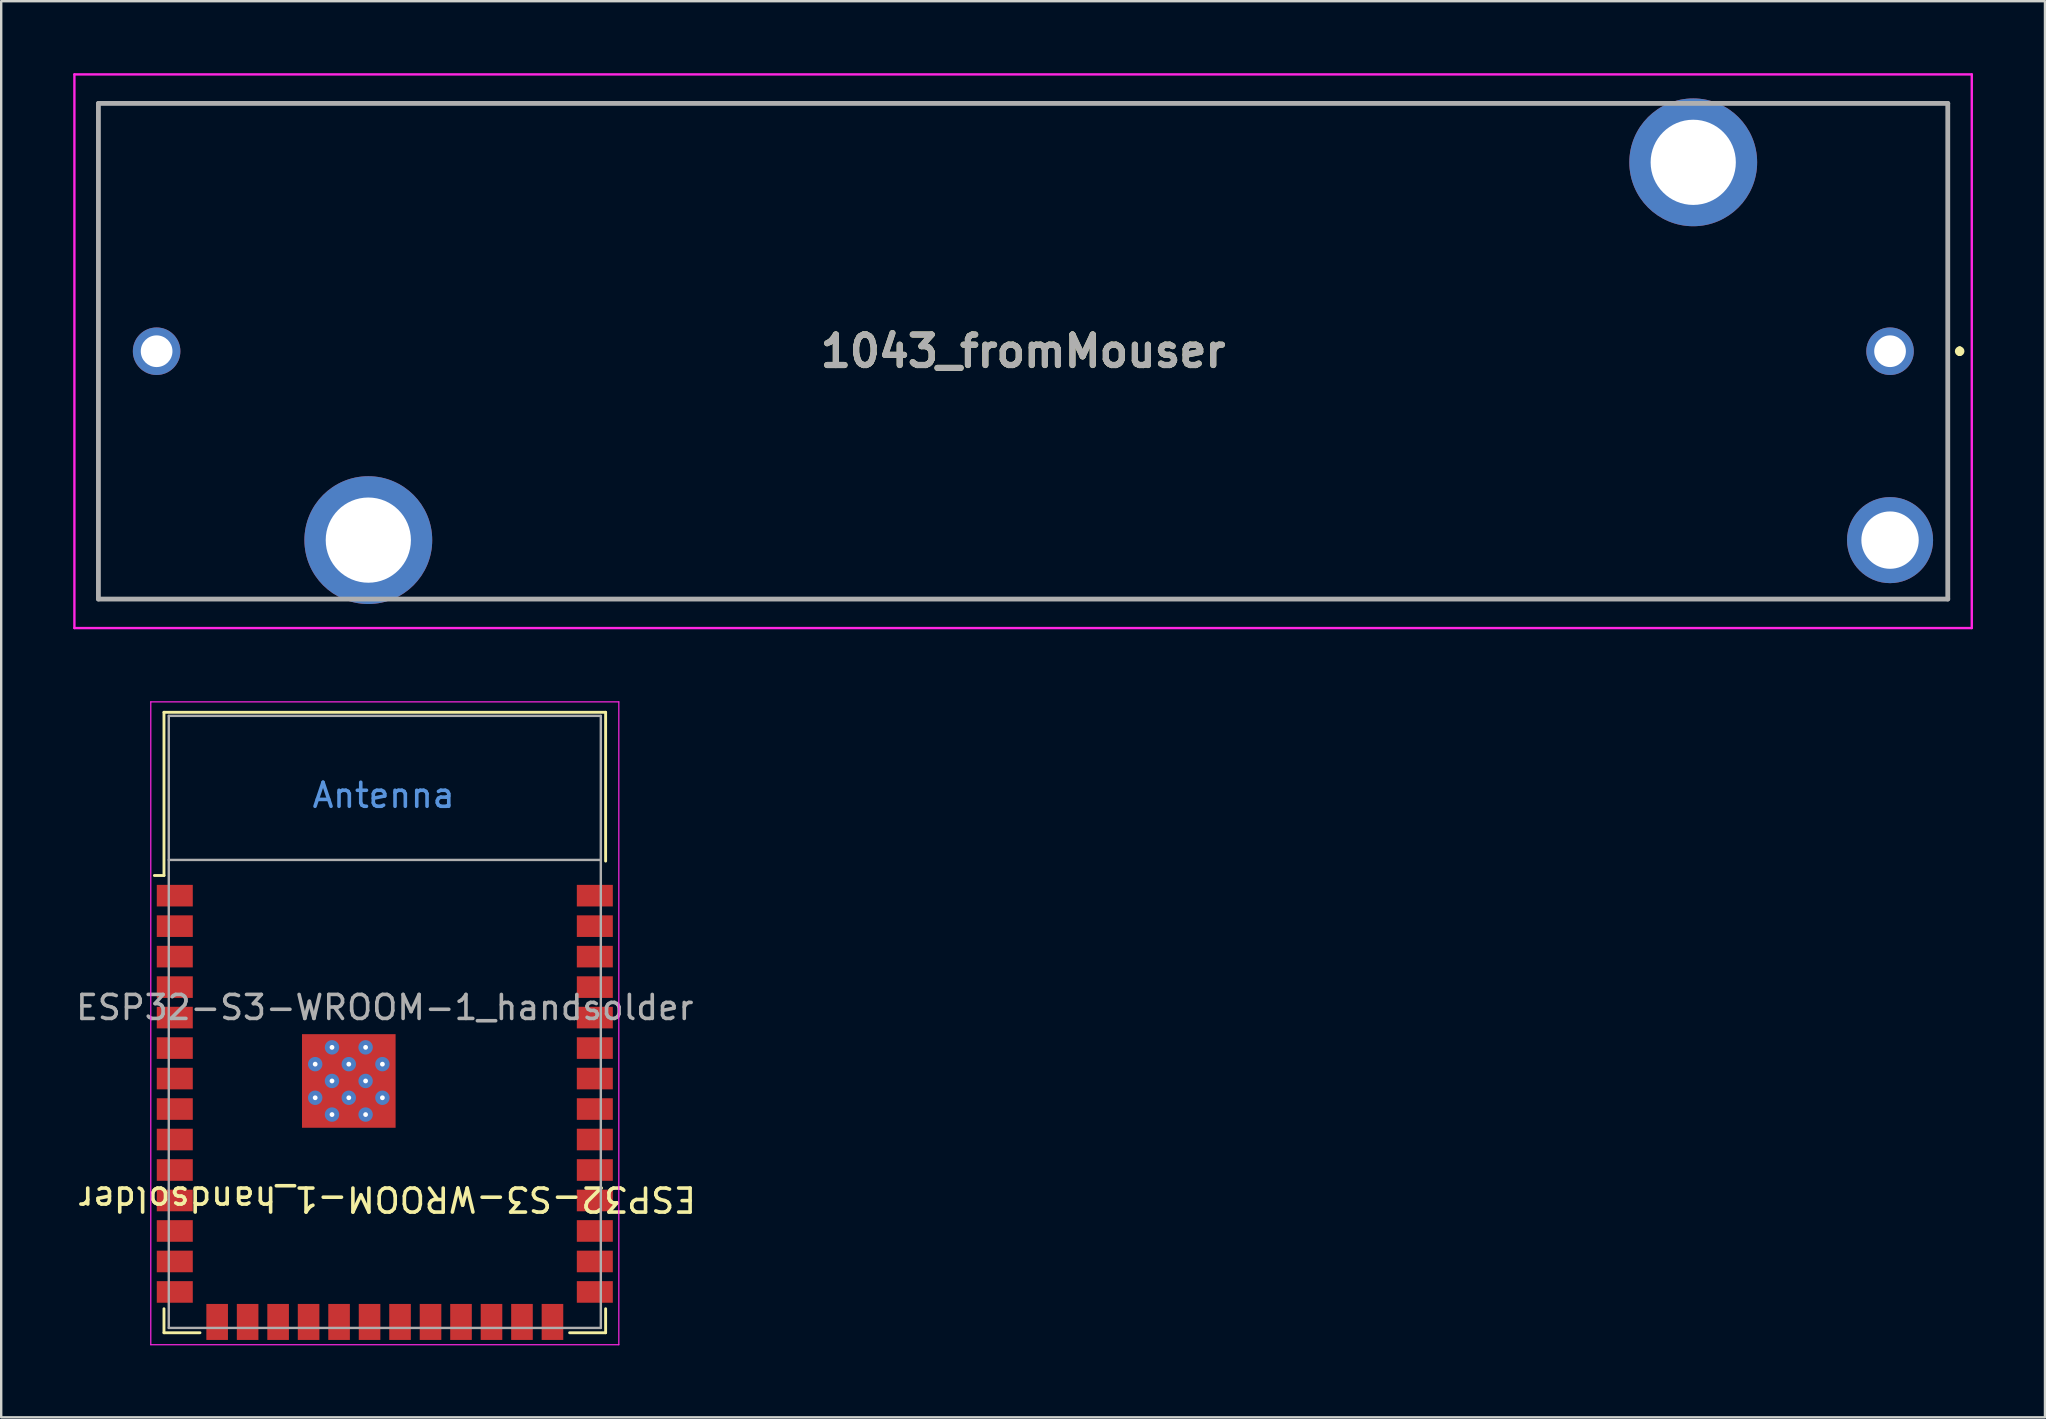
<source format=kicad_pcb>
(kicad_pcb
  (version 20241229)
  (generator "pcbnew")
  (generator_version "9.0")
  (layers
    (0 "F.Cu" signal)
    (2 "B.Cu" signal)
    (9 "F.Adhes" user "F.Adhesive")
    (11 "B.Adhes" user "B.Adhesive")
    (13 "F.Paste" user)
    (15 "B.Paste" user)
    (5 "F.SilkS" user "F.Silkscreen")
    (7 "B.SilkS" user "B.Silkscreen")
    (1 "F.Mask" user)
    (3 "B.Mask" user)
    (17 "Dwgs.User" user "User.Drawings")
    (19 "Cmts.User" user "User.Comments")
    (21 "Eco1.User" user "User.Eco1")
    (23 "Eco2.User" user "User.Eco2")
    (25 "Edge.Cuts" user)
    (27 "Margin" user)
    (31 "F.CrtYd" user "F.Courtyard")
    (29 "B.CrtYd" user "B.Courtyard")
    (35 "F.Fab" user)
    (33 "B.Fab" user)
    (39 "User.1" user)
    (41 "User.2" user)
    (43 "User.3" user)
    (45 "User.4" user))
  (footprint "1043_fromMouser"
    (layer "F.Cu")
    (at 75.695 11.583)
    (property "Reference" "1043_fromMouser" (at -36.12 0 0) (layer "F.SilkS") (effects (font (size 1.27 1.27) (thickness 0.254))))
    (attr through_hole)
    (fp_line (start -74.645 -10.325) (end -74.645 -10.325) (stroke (width 0.1) (type solid)) (layer "F.SilkS"))
    (fp_line (start -74.645 -10.325) (end -74.645 10.325) (stroke (width 0.1) (type solid)) (layer "F.SilkS"))
    (fp_line (start -74.645 10.325) (end -74.645 -10.325) (stroke (width 0.1) (type solid)) (layer "F.SilkS"))
    (fp_line (start -74.645 10.325) (end -74.645 10.325) (stroke (width 0.1) (type solid)) (layer "F.SilkS"))
    (fp_line (start 2.405 -10.325) (end 2.405 -10.325) (stroke (width 0.1) (type solid)) (layer "F.SilkS"))
    (fp_line (start 2.405 -10.325) (end 2.405 10.325) (stroke (width 0.1) (type solid)) (layer "F.SilkS"))
    (fp_line (start 2.405 10.325) (end 2.405 -10.325) (stroke (width 0.1) (type solid)) (layer "F.SilkS"))
    (fp_line (start 2.405 10.325) (end 2.405 10.325) (stroke (width 0.1) (type solid)) (layer "F.SilkS"))
    (fp_line (start 2.9 -0.1) (end 2.9 -0.1) (stroke (width 0.2) (type solid)) (layer "F.SilkS"))
    (fp_line (start 2.9 0.1) (end 2.9 0.1) (stroke (width 0.2) (type solid)) (layer "F.SilkS"))
    (fp_arc (start 2.9 -0.1) (mid 3 0) (end 2.9 0.1) (stroke (width 0.2) (type solid)) (layer "F.SilkS"))
    (fp_arc (start 2.9 0.1) (mid 2.8 0) (end 2.9 -0.1) (stroke (width 0.2) (type solid)) (layer "F.SilkS"))
    (fp_line (start -75.645 -11.533) (end 3.405 -11.533) (stroke (width 0.1) (type solid)) (layer "F.CrtYd"))
    (fp_line (start -75.645 11.533) (end -75.645 -11.533) (stroke (width 0.1) (type solid)) (layer "F.CrtYd"))
    (fp_line (start 3.405 -11.533) (end 3.405 11.533) (stroke (width 0.1) (type solid)) (layer "F.CrtYd"))
    (fp_line (start 3.405 11.533) (end -75.645 11.533) (stroke (width 0.1) (type solid)) (layer "F.CrtYd"))
    (fp_line (start -74.645 -10.325) (end -74.645 10.325) (stroke (width 0.2) (type solid)) (layer "F.Fab"))
    (fp_line (start -74.645 10.325) (end 2.405 10.325) (stroke (width 0.2) (type solid)) (layer "F.Fab"))
    (fp_line (start 2.405 -10.325) (end -74.645 -10.325) (stroke (width 0.2) (type solid)) (layer "F.Fab"))
    (fp_line (start 2.405 10.325) (end 2.405 -10.325) (stroke (width 0.2) (type solid)) (layer "F.Fab"))
    (fp_text user "${REFERENCE}" (at -36.12 0 0) (layer "F.Fab") (effects (font (size 1.27 1.27) (thickness 0.254))))
    (pad "1" thru_hole circle (at 0 0) (size 1.98 1.98) (drill 1.32) (layers "*.Cu" "*.Mask"))
    (pad "2" thru_hole circle (at -72.22 0) (size 1.98 1.98) (drill 1.32) (layers "*.Cu" "*.Mask"))
    (pad "MH1" thru_hole circle (at -63.4 7.87) (size 5.325 5.325) (drill 3.55) (layers "*.Cu" "*.Mask"))
    (pad "MH2" thru_hole circle (at 0 7.87) (size 3.585 3.585) (drill 2.39) (layers "*.Cu" "*.Mask"))
    (pad "MH3" thru_hole circle (at -8.2 -7.87) (size 5.325 5.325) (drill 3.55) (layers "*.Cu" "*.Mask")))
  (footprint "ESP32-S3-WROOM-1_handsolder"
    (layer "F.Cu")
    (at 12.982 39.526)
    (property "Reference" "ESP32-S3-WROOM-1_handsolder" (at 0.1 7.376 180) (unlocked yes) (layer "F.SilkS") (effects (font (size 1 1) (thickness 0.15))))
    (attr smd)
    (fp_line (start -9.2 -12.9) (end 9.2 -12.9) (stroke (width 0.12) (type solid)) (layer "F.SilkS"))
    (fp_line (start -9.2 -6.1) (end -9.6 -6.1) (stroke (width 0.12) (type solid)) (layer "F.SilkS"))
    (fp_line (start -9.2 -6.1) (end -9.2 -12.9) (stroke (width 0.12) (type solid)) (layer "F.SilkS"))
    (fp_line (start -9.2 11.95) (end -9.2 12.95) (stroke (width 0.12) (type solid)) (layer "F.SilkS"))
    (fp_line (start -9.2 12.95) (end -7.7 12.95) (stroke (width 0.12) (type solid)) (layer "F.SilkS"))
    (fp_line (start 9.2 -12.9) (end 9.2 -6.7) (stroke (width 0.12) (type solid)) (layer "F.SilkS"))
    (fp_line (start 9.2 12.95) (end 7.7 12.95) (stroke (width 0.12) (type solid)) (layer "F.SilkS"))
    (fp_line (start 9.2 12.95) (end 9.2 11.95) (stroke (width 0.12) (type solid)) (layer "F.SilkS"))
    (fp_line (start -9.75 -13.335) (end 9.75 -13.335) (stroke (width 0.05) (type solid)) (layer "F.CrtYd"))
    (fp_line (start -9.75 13.45) (end -9.75 -13.335) (stroke (width 0.05) (type solid)) (layer "F.CrtYd"))
    (fp_line (start -9.75 13.45) (end 9.75 13.45) (stroke (width 0.05) (type solid)) (layer "F.CrtYd"))
    (fp_line (start 9.75 -13.335) (end 9.75 13.45) (stroke (width 0.05) (type solid)) (layer "F.CrtYd"))
    (fp_line (start -9 -12.75) (end 9 -12.75) (stroke (width 0.1) (type solid)) (layer "F.Fab"))
    (fp_line (start -9 -6.75) (end 9 -6.75) (stroke (width 0.1) (type solid)) (layer "F.Fab"))
    (fp_line (start -9 12.75) (end -9 -12.75) (stroke (width 0.1) (type solid)) (layer "F.Fab"))
    (fp_line (start -9 12.75) (end 9 12.75) (stroke (width 0.1) (type solid)) (layer "F.Fab"))
    (fp_line (start 9 12.75) (end 9 -12.75) (stroke (width 0.1) (type solid)) (layer "F.Fab"))
    (fp_text user "Antenna" (at -0.05 -9.44 0) (layer "Cmts.User") (effects (font (size 1 1) (thickness 0.15))))
    (fp_text user "${REFERENCE}" (at 0 -0.6 0) (unlocked yes) (layer "F.Fab") (effects (font (size 1 1) (thickness 0.15))))
    (pad "" smd rect (at -2.9 1.06) (size 0.9 0.9) (layers "F.Paste"))
    (pad "" smd rect (at -2.9 2.46 270) (size 0.9 0.9) (layers "F.Paste"))
    (pad "" smd rect (at -2.9 3.86) (size 0.9 0.9) (layers "F.Paste"))
    (pad "" smd rect (at -1.5 1.06 270) (size 0.9 0.9) (layers "F.Paste"))
    (pad "" smd rect (at -1.5 2.46 270) (size 0.9 0.9) (layers "F.Paste"))
    (pad "" smd rect (at -1.5 3.86 270) (size 0.9 0.9) (layers "F.Paste"))
    (pad "" smd rect (at -0.1 1.06 270) (size 0.9 0.9) (layers "F.Paste"))
    (pad "" smd rect (at -0.1 2.46 270) (size 0.9 0.9) (layers "F.Paste"))
    (pad "" smd rect (at -0.1 3.86 270) (size 0.9 0.9) (layers "F.Paste"))
    (pad "1" smd rect (at -8.75 -5.26) (size 1.5 0.9) (layers "F.Cu" "F.Mask" "F.Paste"))
    (pad "2" smd rect (at -8.75 -3.99) (size 1.5 0.9) (layers "F.Cu" "F.Mask" "F.Paste"))
    (pad "3" smd rect (at -8.75 -2.72) (size 1.5 0.9) (layers "F.Cu" "F.Mask" "F.Paste"))
    (pad "4" smd rect (at -8.75 -1.45) (size 1.5 0.9) (layers "F.Cu" "F.Mask" "F.Paste"))
    (pad "5" smd rect (at -8.75 -0.18) (size 1.5 0.9) (layers "F.Cu" "F.Mask" "F.Paste"))
    (pad "6" smd rect (at -8.75 1.09) (size 1.5 0.9) (layers "F.Cu" "F.Mask" "F.Paste"))
    (pad "7" smd rect (at -8.75 2.36) (size 1.5 0.9) (layers "F.Cu" "F.Mask" "F.Paste"))
    (pad "8" smd rect (at -8.75 3.63) (size 1.5 0.9) (layers "F.Cu" "F.Mask" "F.Paste"))
    (pad "9" smd rect (at -8.75 4.9) (size 1.5 0.9) (layers "F.Cu" "F.Mask" "F.Paste"))
    (pad "10" smd rect (at -8.75 6.17) (size 1.5 0.9) (layers "F.Cu" "F.Mask" "F.Paste"))
    (pad "11" smd rect (at -8.75 7.44) (size 1.5 0.9) (layers "F.Cu" "F.Mask" "F.Paste"))
    (pad "12" smd rect (at -8.75 8.71) (size 1.5 0.9) (layers "F.Cu" "F.Mask" "F.Paste"))
    (pad "13" smd rect (at -8.75 9.98) (size 1.5 0.9) (layers "F.Cu" "F.Mask" "F.Paste"))
    (pad "14" smd rect (at -8.75 11.25 180) (size 1.5 0.9) (layers "F.Cu" "F.Mask" "F.Paste"))
    (pad "15" smd rect (at -6.985 12.5 270) (size 1.5 0.9) (layers "F.Cu" "F.Mask" "F.Paste"))
    (pad "16" smd rect (at -5.715 12.5 270) (size 1.5 0.9) (layers "F.Cu" "F.Mask" "F.Paste"))
    (pad "17" smd rect (at -4.445 12.5 270) (size 1.5 0.9) (layers "F.Cu" "F.Mask" "F.Paste"))
    (pad "18" smd rect (at -3.175 12.5 270) (size 1.5 0.9) (layers "F.Cu" "F.Mask" "F.Paste"))
    (pad "19" smd rect (at -1.905 12.5 270) (size 1.5 0.9) (layers "F.Cu" "F.Mask" "F.Paste"))
    (pad "20" smd rect (at -0.635 12.5 270) (size 1.5 0.9) (layers "F.Cu" "F.Mask" "F.Paste"))
    (pad "21" smd rect (at 0.635 12.5 270) (size 1.5 0.9) (layers "F.Cu" "F.Mask" "F.Paste"))
    (pad "22" smd rect (at 1.905 12.5 270) (size 1.5 0.9) (layers "F.Cu" "F.Mask" "F.Paste"))
    (pad "23" smd rect (at 3.175 12.5 270) (size 1.5 0.9) (layers "F.Cu" "F.Mask" "F.Paste"))
    (pad "24" smd rect (at 4.445 12.5 270) (size 1.5 0.9) (layers "F.Cu" "F.Mask" "F.Paste"))
    (pad "25" smd rect (at 5.715 12.5 270) (size 1.5 0.9) (layers "F.Cu" "F.Mask" "F.Paste"))
    (pad "26" smd rect (at 6.985 12.5 270) (size 1.5 0.9) (layers "F.Cu" "F.Mask" "F.Paste"))
    (pad "27" smd rect (at 8.75 11.25) (size 1.5 0.9) (layers "F.Cu" "F.Mask" "F.Paste"))
    (pad "28" smd rect (at 8.75 9.98) (size 1.5 0.9) (layers "F.Cu" "F.Mask" "F.Paste"))
    (pad "29" smd rect (at 8.75 8.71) (size 1.5 0.9) (layers "F.Cu" "F.Mask" "F.Paste"))
    (pad "30" smd rect (at 8.75 7.44) (size 1.5 0.9) (layers "F.Cu" "F.Mask" "F.Paste"))
    (pad "31" smd rect (at 8.75 6.17) (size 1.5 0.9) (layers "F.Cu" "F.Mask" "F.Paste"))
    (pad "32" smd rect (at 8.75 4.9) (size 1.5 0.9) (layers "F.Cu" "F.Mask" "F.Paste"))
    (pad "33" smd rect (at 8.75 3.63) (size 1.5 0.9) (layers "F.Cu" "F.Mask" "F.Paste"))
    (pad "34" smd rect (at 8.75 2.36) (size 1.5 0.9) (layers "F.Cu" "F.Mask" "F.Paste"))
    (pad "35" smd rect (at 8.75 1.09) (size 1.5 0.9) (layers "F.Cu" "F.Mask" "F.Paste"))
    (pad "36" smd rect (at 8.75 -0.18) (size 1.5 0.9) (layers "F.Cu" "F.Mask" "F.Paste"))
    (pad "37" smd rect (at 8.75 -1.45) (size 1.5 0.9) (layers "F.Cu" "F.Mask" "F.Paste"))
    (pad "38" smd rect (at 8.75 -2.72) (size 1.5 0.9) (layers "F.Cu" "F.Mask" "F.Paste"))
    (pad "39" smd rect (at 8.75 -3.99) (size 1.5 0.9) (layers "F.Cu" "F.Mask" "F.Paste"))
    (pad "40" smd rect (at 8.75 -5.26) (size 1.5 0.9) (layers "F.Cu" "F.Mask" "F.Paste"))
    (pad "41" thru_hole circle (at -2.9 1.76 90) (size 0.6 0.6) (drill 0.2) (property pad_prop_heatsink) (layers "*.Cu" "F.Mask"))
    (pad "41" thru_hole circle (at -2.9 3.16) (size 0.6 0.6) (drill 0.2) (property pad_prop_heatsink) (layers "*.Cu" "F.Mask"))
    (pad "41" thru_hole circle (at -2.2 1.06) (size 0.6 0.6) (drill 0.2) (property pad_prop_heatsink) (layers "*.Cu" "F.Mask"))
    (pad "41" thru_hole circle (at -2.2 2.46) (size 0.6 0.6) (drill 0.2) (property pad_prop_heatsink) (layers "*.Cu" "F.Mask"))
    (pad "41" thru_hole circle (at -2.2 3.86) (size 0.6 0.6) (drill 0.2) (property pad_prop_heatsink) (layers "*.Cu" "F.Mask"))
    (pad "41" thru_hole circle (at -1.5 1.76) (size 0.6 0.6) (drill 0.2) (property pad_prop_heatsink) (layers "*.Cu" "F.Mask"))
    (pad "41" smd rect (at -1.5 2.46 270) (size 3.9 3.9) (layers "F.Cu" "F.Mask"))
    (pad "41" thru_hole circle (at -1.5 3.16) (size 0.6 0.6) (drill 0.2) (property pad_prop_heatsink) (layers "*.Cu" "F.Mask"))
    (pad "41" thru_hole circle (at -0.8 1.06) (size 0.6 0.6) (drill 0.2) (property pad_prop_heatsink) (layers "*.Cu" "F.Mask"))
    (pad "41" thru_hole circle (at -0.8 2.46) (size 0.6 0.6) (drill 0.2) (property pad_prop_heatsink) (layers "*.Cu" "F.Mask"))
    (pad "41" thru_hole circle (at -0.8 3.86) (size 0.6 0.6) (drill 0.2) (property pad_prop_heatsink) (layers "*.Cu" "F.Mask"))
    (pad "41" thru_hole circle (at -0.1 1.76) (size 0.6 0.6) (drill 0.2) (property pad_prop_heatsink) (layers "*.Cu" "F.Mask"))
    (pad "41" thru_hole circle (at -0.1 3.16) (size 0.6 0.6) (drill 0.2) (property pad_prop_heatsink) (layers "*.Cu" "F.Mask")))
  (gr_rect
    (start -3 -3)
    (end 82.15 56.001)
    (stroke (width 0.1) (type default))
    (fill no)
    (layer "Edge.Cuts")))
</source>
